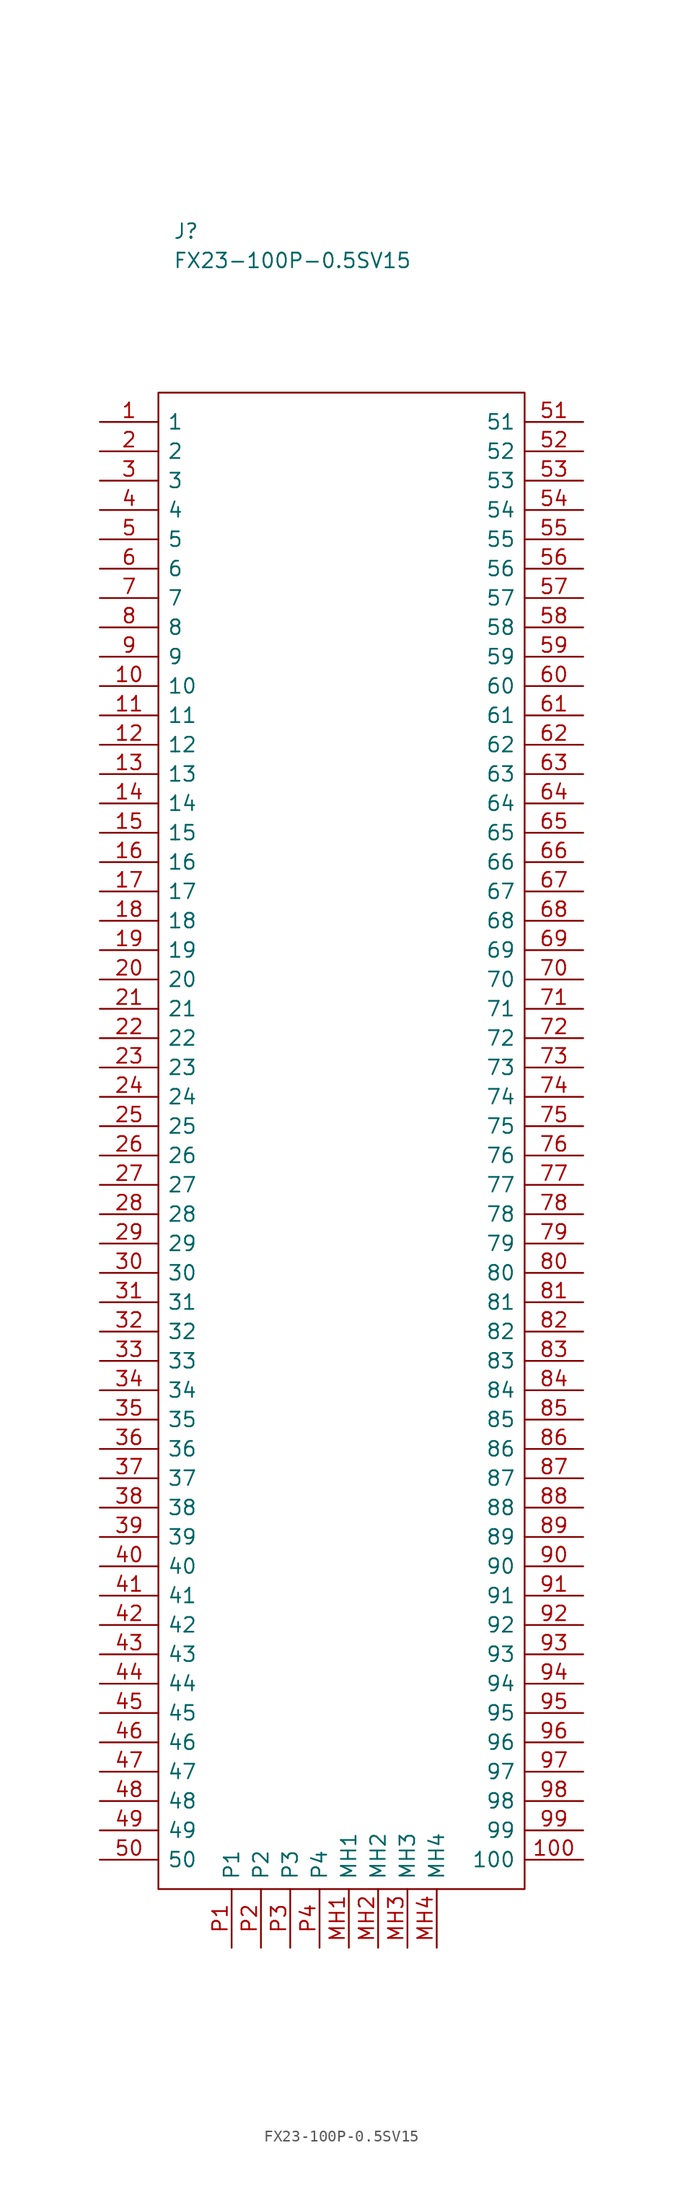
<source format=kicad_sym>
(kicad_symbol_lib
  (version 20211014)
  (generator kicad_symbol_editor)
  (symbol "FX23-100P-0.5SV15"
    (pin_names
      (offset 0.762))
    (property "Reference" "J"
      (at 6.35 16.51 0)
      (effects (font (size 1.27 1.27)) (justify left)))
    (property "Value" "FX23-100P-0.5SV15"
      (at 6.35 13.97 0)
      (effects (font (size 1.27 1.27)) (justify left)))
    (symbol "FX23-100P-0.5SV15_1_1"
      (polyline (pts (xy 5.08 2.54) (xy 36.83 2.54) (xy 36.83 -127) (xy 5.08 -127) (xy 5.08 2.54)) (stroke (width 0.152) (type default) (color 0 0 0 0)) (fill (type none)))
      (pin passive line (at 0 0 0) (length 5.08) (name "1" (effects (font (size 1.27 1.27)))) (number "1" (effects (font (size 1.27 1.27)))))
      (pin passive line (at 0 -22.86 0) (length 5.08) (name "10" (effects (font (size 1.27 1.27)))) (number "10" (effects (font (size 1.27 1.27)))))
      (pin passive line (at 41.91 -124.46 180) (length 5.08) (name "100" (effects (font (size 1.27 1.27)))) (number "100" (effects (font (size 1.27 1.27)))))
      (pin passive line (at 0 -25.4 0) (length 5.08) (name "11" (effects (font (size 1.27 1.27)))) (number "11" (effects (font (size 1.27 1.27)))))
      (pin passive line (at 0 -27.94 0) (length 5.08) (name "12" (effects (font (size 1.27 1.27)))) (number "12" (effects (font (size 1.27 1.27)))))
      (pin passive line (at 0 -30.48 0) (length 5.08) (name "13" (effects (font (size 1.27 1.27)))) (number "13" (effects (font (size 1.27 1.27)))))
      (pin passive line (at 0 -33.02 0) (length 5.08) (name "14" (effects (font (size 1.27 1.27)))) (number "14" (effects (font (size 1.27 1.27)))))
      (pin passive line (at 0 -35.56 0) (length 5.08) (name "15" (effects (font (size 1.27 1.27)))) (number "15" (effects (font (size 1.27 1.27)))))
      (pin passive line (at 0 -38.1 0) (length 5.08) (name "16" (effects (font (size 1.27 1.27)))) (number "16" (effects (font (size 1.27 1.27)))))
      (pin passive line (at 0 -40.64 0) (length 5.08) (name "17" (effects (font (size 1.27 1.27)))) (number "17" (effects (font (size 1.27 1.27)))))
      (pin passive line (at 0 -43.18 0) (length 5.08) (name "18" (effects (font (size 1.27 1.27)))) (number "18" (effects (font (size 1.27 1.27)))))
      (pin passive line (at 0 -45.72 0) (length 5.08) (name "19" (effects (font (size 1.27 1.27)))) (number "19" (effects (font (size 1.27 1.27)))))
      (pin passive line (at 0 -2.54 0) (length 5.08) (name "2" (effects (font (size 1.27 1.27)))) (number "2" (effects (font (size 1.27 1.27)))))
      (pin passive line (at 0 -48.26 0) (length 5.08) (name "20" (effects (font (size 1.27 1.27)))) (number "20" (effects (font (size 1.27 1.27)))))
      (pin passive line (at 0 -50.8 0) (length 5.08) (name "21" (effects (font (size 1.27 1.27)))) (number "21" (effects (font (size 1.27 1.27)))))
      (pin passive line (at 0 -53.34 0) (length 5.08) (name "22" (effects (font (size 1.27 1.27)))) (number "22" (effects (font (size 1.27 1.27)))))
      (pin passive line (at 0 -55.88 0) (length 5.08) (name "23" (effects (font (size 1.27 1.27)))) (number "23" (effects (font (size 1.27 1.27)))))
      (pin passive line (at 0 -58.42 0) (length 5.08) (name "24" (effects (font (size 1.27 1.27)))) (number "24" (effects (font (size 1.27 1.27)))))
      (pin passive line (at 0 -60.96 0) (length 5.08) (name "25" (effects (font (size 1.27 1.27)))) (number "25" (effects (font (size 1.27 1.27)))))
      (pin passive line (at 0 -63.5 0) (length 5.08) (name "26" (effects (font (size 1.27 1.27)))) (number "26" (effects (font (size 1.27 1.27)))))
      (pin passive line (at 0 -66.04 0) (length 5.08) (name "27" (effects (font (size 1.27 1.27)))) (number "27" (effects (font (size 1.27 1.27)))))
      (pin passive line (at 0 -68.58 0) (length 5.08) (name "28" (effects (font (size 1.27 1.27)))) (number "28" (effects (font (size 1.27 1.27)))))
      (pin passive line (at 0 -71.12 0) (length 5.08) (name "29" (effects (font (size 1.27 1.27)))) (number "29" (effects (font (size 1.27 1.27)))))
      (pin passive line (at 0 -5.08 0) (length 5.08) (name "3" (effects (font (size 1.27 1.27)))) (number "3" (effects (font (size 1.27 1.27)))))
      (pin passive line (at 0 -73.66 0) (length 5.08) (name "30" (effects (font (size 1.27 1.27)))) (number "30" (effects (font (size 1.27 1.27)))))
      (pin passive line (at 0 -76.2 0) (length 5.08) (name "31" (effects (font (size 1.27 1.27)))) (number "31" (effects (font (size 1.27 1.27)))))
      (pin passive line (at 0 -78.74 0) (length 5.08) (name "32" (effects (font (size 1.27 1.27)))) (number "32" (effects (font (size 1.27 1.27)))))
      (pin passive line (at 0 -81.28 0) (length 5.08) (name "33" (effects (font (size 1.27 1.27)))) (number "33" (effects (font (size 1.27 1.27)))))
      (pin passive line (at 0 -83.82 0) (length 5.08) (name "34" (effects (font (size 1.27 1.27)))) (number "34" (effects (font (size 1.27 1.27)))))
      (pin passive line (at 0 -86.36 0) (length 5.08) (name "35" (effects (font (size 1.27 1.27)))) (number "35" (effects (font (size 1.27 1.27)))))
      (pin passive line (at 0 -88.9 0) (length 5.08) (name "36" (effects (font (size 1.27 1.27)))) (number "36" (effects (font (size 1.27 1.27)))))
      (pin passive line (at 0 -91.44 0) (length 5.08) (name "37" (effects (font (size 1.27 1.27)))) (number "37" (effects (font (size 1.27 1.27)))))
      (pin passive line (at 0 -93.98 0) (length 5.08) (name "38" (effects (font (size 1.27 1.27)))) (number "38" (effects (font (size 1.27 1.27)))))
      (pin passive line (at 0 -96.52 0) (length 5.08) (name "39" (effects (font (size 1.27 1.27)))) (number "39" (effects (font (size 1.27 1.27)))))
      (pin passive line (at 0 -7.62 0) (length 5.08) (name "4" (effects (font (size 1.27 1.27)))) (number "4" (effects (font (size 1.27 1.27)))))
      (pin passive line (at 0 -99.06 0) (length 5.08) (name "40" (effects (font (size 1.27 1.27)))) (number "40" (effects (font (size 1.27 1.27)))))
      (pin passive line (at 0 -101.6 0) (length 5.08) (name "41" (effects (font (size 1.27 1.27)))) (number "41" (effects (font (size 1.27 1.27)))))
      (pin passive line (at 0 -104.14 0) (length 5.08) (name "42" (effects (font (size 1.27 1.27)))) (number "42" (effects (font (size 1.27 1.27)))))
      (pin passive line (at 0 -106.68 0) (length 5.08) (name "43" (effects (font (size 1.27 1.27)))) (number "43" (effects (font (size 1.27 1.27)))))
      (pin passive line (at 0 -109.22 0) (length 5.08) (name "44" (effects (font (size 1.27 1.27)))) (number "44" (effects (font (size 1.27 1.27)))))
      (pin passive line (at 0 -111.76 0) (length 5.08) (name "45" (effects (font (size 1.27 1.27)))) (number "45" (effects (font (size 1.27 1.27)))))
      (pin passive line (at 0 -114.3 0) (length 5.08) (name "46" (effects (font (size 1.27 1.27)))) (number "46" (effects (font (size 1.27 1.27)))))
      (pin passive line (at 0 -116.84 0) (length 5.08) (name "47" (effects (font (size 1.27 1.27)))) (number "47" (effects (font (size 1.27 1.27)))))
      (pin passive line (at 0 -119.38 0) (length 5.08) (name "48" (effects (font (size 1.27 1.27)))) (number "48" (effects (font (size 1.27 1.27)))))
      (pin passive line (at 0 -121.92 0) (length 5.08) (name "49" (effects (font (size 1.27 1.27)))) (number "49" (effects (font (size 1.27 1.27)))))
      (pin passive line (at 0 -10.16 0) (length 5.08) (name "5" (effects (font (size 1.27 1.27)))) (number "5" (effects (font (size 1.27 1.27)))))
      (pin passive line (at 0 -124.46 0) (length 5.08) (name "50" (effects (font (size 1.27 1.27)))) (number "50" (effects (font (size 1.27 1.27)))))
      (pin passive line (at 41.91 0 180) (length 5.08) (name "51" (effects (font (size 1.27 1.27)))) (number "51" (effects (font (size 1.27 1.27)))))
      (pin passive line (at 41.91 -2.54 180) (length 5.08) (name "52" (effects (font (size 1.27 1.27)))) (number "52" (effects (font (size 1.27 1.27)))))
      (pin passive line (at 41.91 -5.08 180) (length 5.08) (name "53" (effects (font (size 1.27 1.27)))) (number "53" (effects (font (size 1.27 1.27)))))
      (pin passive line (at 41.91 -7.62 180) (length 5.08) (name "54" (effects (font (size 1.27 1.27)))) (number "54" (effects (font (size 1.27 1.27)))))
      (pin passive line (at 41.91 -10.16 180) (length 5.08) (name "55" (effects (font (size 1.27 1.27)))) (number "55" (effects (font (size 1.27 1.27)))))
      (pin passive line (at 41.91 -12.7 180) (length 5.08) (name "56" (effects (font (size 1.27 1.27)))) (number "56" (effects (font (size 1.27 1.27)))))
      (pin passive line (at 41.91 -15.24 180) (length 5.08) (name "57" (effects (font (size 1.27 1.27)))) (number "57" (effects (font (size 1.27 1.27)))))
      (pin passive line (at 41.91 -17.78 180) (length 5.08) (name "58" (effects (font (size 1.27 1.27)))) (number "58" (effects (font (size 1.27 1.27)))))
      (pin passive line (at 41.91 -20.32 180) (length 5.08) (name "59" (effects (font (size 1.27 1.27)))) (number "59" (effects (font (size 1.27 1.27)))))
      (pin passive line (at 0 -12.7 0) (length 5.08) (name "6" (effects (font (size 1.27 1.27)))) (number "6" (effects (font (size 1.27 1.27)))))
      (pin passive line (at 41.91 -22.86 180) (length 5.08) (name "60" (effects (font (size 1.27 1.27)))) (number "60" (effects (font (size 1.27 1.27)))))
      (pin passive line (at 41.91 -25.4 180) (length 5.08) (name "61" (effects (font (size 1.27 1.27)))) (number "61" (effects (font (size 1.27 1.27)))))
      (pin passive line (at 41.91 -27.94 180) (length 5.08) (name "62" (effects (font (size 1.27 1.27)))) (number "62" (effects (font (size 1.27 1.27)))))
      (pin passive line (at 41.91 -30.48 180) (length 5.08) (name "63" (effects (font (size 1.27 1.27)))) (number "63" (effects (font (size 1.27 1.27)))))
      (pin passive line (at 41.91 -33.02 180) (length 5.08) (name "64" (effects (font (size 1.27 1.27)))) (number "64" (effects (font (size 1.27 1.27)))))
      (pin passive line (at 41.91 -35.56 180) (length 5.08) (name "65" (effects (font (size 1.27 1.27)))) (number "65" (effects (font (size 1.27 1.27)))))
      (pin passive line (at 41.91 -38.1 180) (length 5.08) (name "66" (effects (font (size 1.27 1.27)))) (number "66" (effects (font (size 1.27 1.27)))))
      (pin passive line (at 41.91 -40.64 180) (length 5.08) (name "67" (effects (font (size 1.27 1.27)))) (number "67" (effects (font (size 1.27 1.27)))))
      (pin passive line (at 41.91 -43.18 180) (length 5.08) (name "68" (effects (font (size 1.27 1.27)))) (number "68" (effects (font (size 1.27 1.27)))))
      (pin passive line (at 41.91 -45.72 180) (length 5.08) (name "69" (effects (font (size 1.27 1.27)))) (number "69" (effects (font (size 1.27 1.27)))))
      (pin passive line (at 0 -15.24 0) (length 5.08) (name "7" (effects (font (size 1.27 1.27)))) (number "7" (effects (font (size 1.27 1.27)))))
      (pin passive line (at 41.91 -48.26 180) (length 5.08) (name "70" (effects (font (size 1.27 1.27)))) (number "70" (effects (font (size 1.27 1.27)))))
      (pin passive line (at 41.91 -50.8 180) (length 5.08) (name "71" (effects (font (size 1.27 1.27)))) (number "71" (effects (font (size 1.27 1.27)))))
      (pin passive line (at 41.91 -53.34 180) (length 5.08) (name "72" (effects (font (size 1.27 1.27)))) (number "72" (effects (font (size 1.27 1.27)))))
      (pin passive line (at 41.91 -55.88 180) (length 5.08) (name "73" (effects (font (size 1.27 1.27)))) (number "73" (effects (font (size 1.27 1.27)))))
      (pin passive line (at 41.91 -58.42 180) (length 5.08) (name "74" (effects (font (size 1.27 1.27)))) (number "74" (effects (font (size 1.27 1.27)))))
      (pin passive line (at 41.91 -60.96 180) (length 5.08) (name "75" (effects (font (size 1.27 1.27)))) (number "75" (effects (font (size 1.27 1.27)))))
      (pin passive line (at 41.91 -63.5 180) (length 5.08) (name "76" (effects (font (size 1.27 1.27)))) (number "76" (effects (font (size 1.27 1.27)))))
      (pin passive line (at 41.91 -66.04 180) (length 5.08) (name "77" (effects (font (size 1.27 1.27)))) (number "77" (effects (font (size 1.27 1.27)))))
      (pin passive line (at 41.91 -68.58 180) (length 5.08) (name "78" (effects (font (size 1.27 1.27)))) (number "78" (effects (font (size 1.27 1.27)))))
      (pin passive line (at 41.91 -71.12 180) (length 5.08) (name "79" (effects (font (size 1.27 1.27)))) (number "79" (effects (font (size 1.27 1.27)))))
      (pin passive line (at 0 -17.78 0) (length 5.08) (name "8" (effects (font (size 1.27 1.27)))) (number "8" (effects (font (size 1.27 1.27)))))
      (pin passive line (at 41.91 -73.66 180) (length 5.08) (name "80" (effects (font (size 1.27 1.27)))) (number "80" (effects (font (size 1.27 1.27)))))
      (pin passive line (at 41.91 -76.2 180) (length 5.08) (name "81" (effects (font (size 1.27 1.27)))) (number "81" (effects (font (size 1.27 1.27)))))
      (pin passive line (at 41.91 -78.74 180) (length 5.08) (name "82" (effects (font (size 1.27 1.27)))) (number "82" (effects (font (size 1.27 1.27)))))
      (pin passive line (at 41.91 -81.28 180) (length 5.08) (name "83" (effects (font (size 1.27 1.27)))) (number "83" (effects (font (size 1.27 1.27)))))
      (pin passive line (at 41.91 -83.82 180) (length 5.08) (name "84" (effects (font (size 1.27 1.27)))) (number "84" (effects (font (size 1.27 1.27)))))
      (pin passive line (at 41.91 -86.36 180) (length 5.08) (name "85" (effects (font (size 1.27 1.27)))) (number "85" (effects (font (size 1.27 1.27)))))
      (pin passive line (at 41.91 -88.9 180) (length 5.08) (name "86" (effects (font (size 1.27 1.27)))) (number "86" (effects (font (size 1.27 1.27)))))
      (pin passive line (at 41.91 -91.44 180) (length 5.08) (name "87" (effects (font (size 1.27 1.27)))) (number "87" (effects (font (size 1.27 1.27)))))
      (pin passive line (at 41.91 -93.98 180) (length 5.08) (name "88" (effects (font (size 1.27 1.27)))) (number "88" (effects (font (size 1.27 1.27)))))
      (pin passive line (at 41.91 -96.52 180) (length 5.08) (name "89" (effects (font (size 1.27 1.27)))) (number "89" (effects (font (size 1.27 1.27)))))
      (pin passive line (at 0 -20.32 0) (length 5.08) (name "9" (effects (font (size 1.27 1.27)))) (number "9" (effects (font (size 1.27 1.27)))))
      (pin passive line (at 41.91 -99.06 180) (length 5.08) (name "90" (effects (font (size 1.27 1.27)))) (number "90" (effects (font (size 1.27 1.27)))))
      (pin passive line (at 41.91 -101.6 180) (length 5.08) (name "91" (effects (font (size 1.27 1.27)))) (number "91" (effects (font (size 1.27 1.27)))))
      (pin passive line (at 41.91 -104.14 180) (length 5.08) (name "92" (effects (font (size 1.27 1.27)))) (number "92" (effects (font (size 1.27 1.27)))))
      (pin passive line (at 41.91 -106.68 180) (length 5.08) (name "93" (effects (font (size 1.27 1.27)))) (number "93" (effects (font (size 1.27 1.27)))))
      (pin passive line (at 41.91 -109.22 180) (length 5.08) (name "94" (effects (font (size 1.27 1.27)))) (number "94" (effects (font (size 1.27 1.27)))))
      (pin passive line (at 41.91 -111.76 180) (length 5.08) (name "95" (effects (font (size 1.27 1.27)))) (number "95" (effects (font (size 1.27 1.27)))))
      (pin passive line (at 41.91 -114.3 180) (length 5.08) (name "96" (effects (font (size 1.27 1.27)))) (number "96" (effects (font (size 1.27 1.27)))))
      (pin passive line (at 41.91 -116.84 180) (length 5.08) (name "97" (effects (font (size 1.27 1.27)))) (number "97" (effects (font (size 1.27 1.27)))))
      (pin passive line (at 41.91 -119.38 180) (length 5.08) (name "98" (effects (font (size 1.27 1.27)))) (number "98" (effects (font (size 1.27 1.27)))))
      (pin passive line (at 41.91 -121.92 180) (length 5.08) (name "99" (effects (font (size 1.27 1.27)))) (number "99" (effects (font (size 1.27 1.27)))))
      (pin passive line (at 21.59 -132.08 90) (length 5.08) (name "MH1" (effects (font (size 1.27 1.27)))) (number "MH1" (effects (font (size 1.27 1.27)))))
      (pin passive line (at 24.13 -132.08 90) (length 5.08) (name "MH2" (effects (font (size 1.27 1.27)))) (number "MH2" (effects (font (size 1.27 1.27)))))
      (pin passive line (at 26.67 -132.08 90) (length 5.08) (name "MH3" (effects (font (size 1.27 1.27)))) (number "MH3" (effects (font (size 1.27 1.27)))))
      (pin passive line (at 29.21 -132.08 90) (length 5.08) (name "MH4" (effects (font (size 1.27 1.27)))) (number "MH4" (effects (font (size 1.27 1.27)))))
      (pin passive line (at 11.43 -132.08 90) (length 5.08) (name "P1" (effects (font (size 1.27 1.27)))) (number "P1" (effects (font (size 1.27 1.27)))))
      (pin passive line (at 13.97 -132.08 90) (length 5.08) (name "P2" (effects (font (size 1.27 1.27)))) (number "P2" (effects (font (size 1.27 1.27)))))
      (pin passive line (at 16.51 -132.08 90) (length 5.08) (name "P3" (effects (font (size 1.27 1.27)))) (number "P3" (effects (font (size 1.27 1.27)))))
      (pin passive line (at 19.05 -132.08 90) (length 5.08) (name "P4" (effects (font (size 1.27 1.27)))) (number "P4" (effects (font (size 1.27 1.27))))))))
</source>
